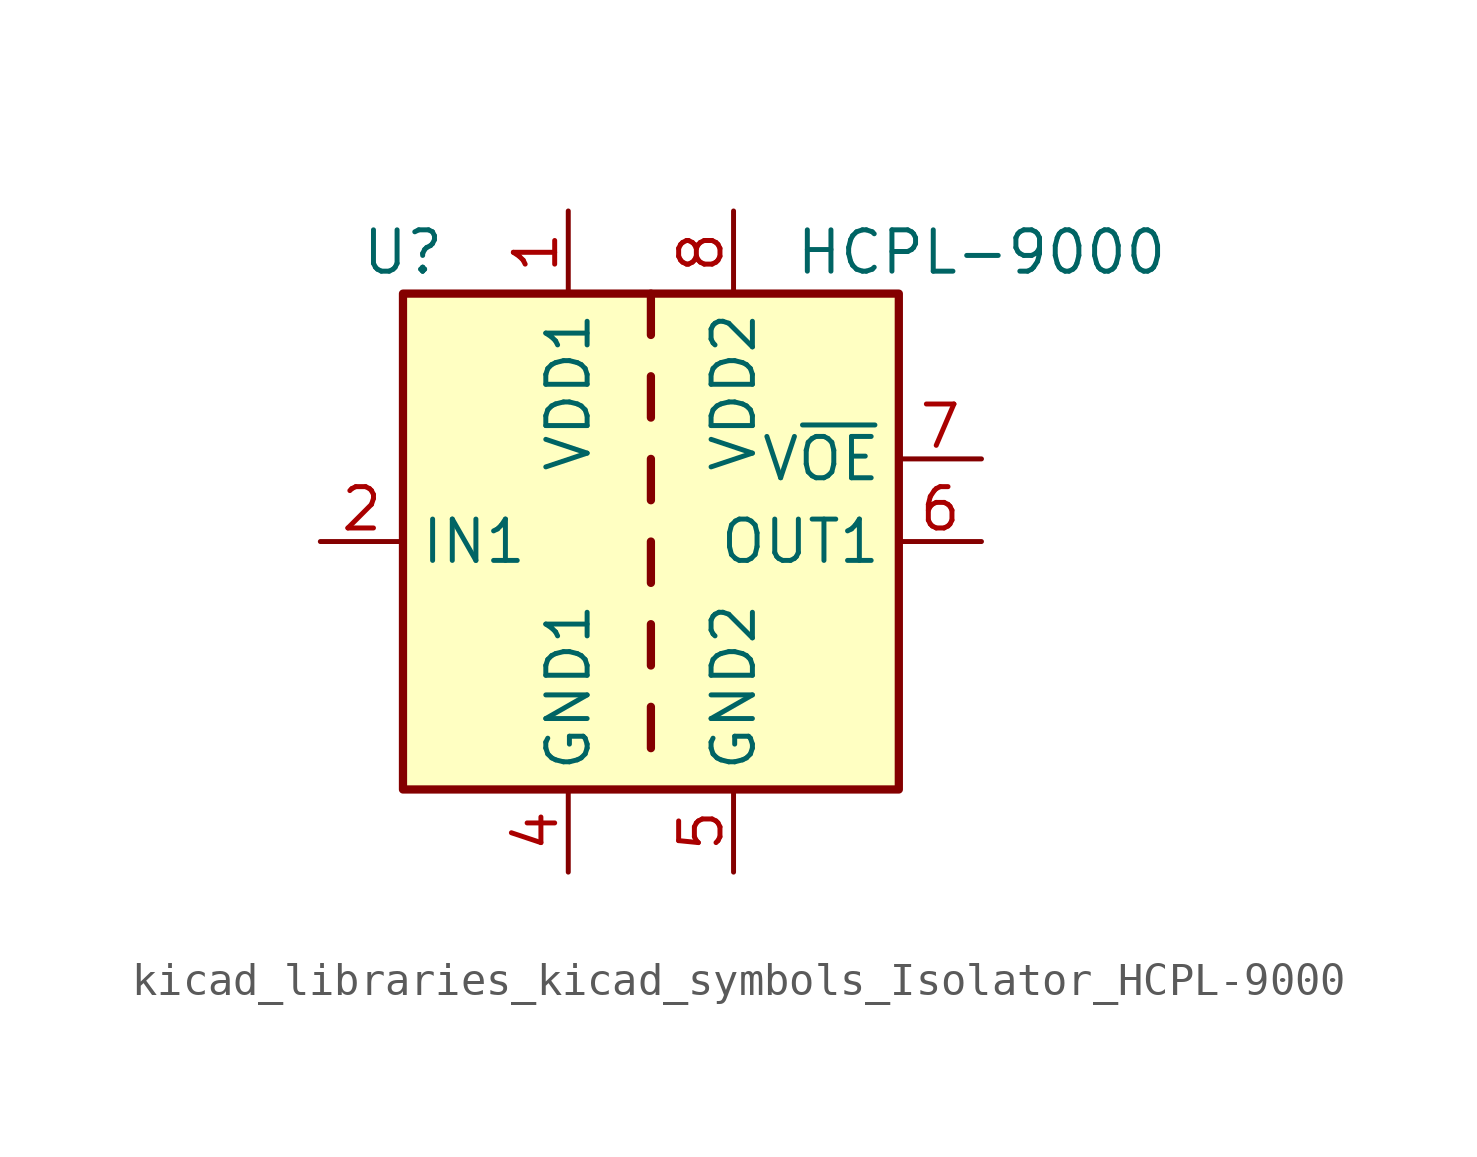
<source format=kicad_sym>
(kicad_symbol_lib
  (version 20220914)
  (generator kicad_symbol_editor)
  (symbol "kicad_libraries_kicad_symbols_Isolator_HCPL-9000"
    (property "Reference" "U"
      (at -7.62 8.89 0)
      (effects (font (size 1.27 1.27))))
    (property "Value" "HCPL-9000"
      (at 10.16 8.89 0)
      (effects (font (size 1.27 1.27))))
    (symbol "kicad_libraries_kicad_symbols_Isolator_HCPL-9000_0_1"
      (rectangle (start -7.62 7.62) (end 7.62 -7.62) (stroke (width 0.254) (type default)) (fill (type background)))
      (polyline (pts (xy 0 -6.35) (xy 0 -5.08)) (stroke (width 0.254) (type default)) (fill (type none)))
      (polyline (pts (xy 0 -3.81) (xy 0 -2.54)) (stroke (width 0.254) (type default)) (fill (type none)))
      (polyline (pts (xy 0 -1.27) (xy 0 0)) (stroke (width 0.254) (type default)) (fill (type none)))
      (polyline (pts (xy 0 1.27) (xy 0 2.54)) (stroke (width 0.254) (type default)) (fill (type none)))
      (polyline (pts (xy 0 3.81) (xy 0 5.08)) (stroke (width 0.254) (type default)) (fill (type none)))
      (polyline (pts (xy 0 6.35) (xy 0 7.62)) (stroke (width 0.254) (type default)) (fill (type none))))
    (symbol "kicad_libraries_kicad_symbols_Isolator_HCPL-9000_1_1"
      (pin power_in line (at -2.54 10.16 270) (length 2.54) (name "VDD1" (effects (font (size 1.27 1.27)))) (number "1" (effects (font (size 1.27 1.27)))))
      (pin input line (at -10.16 0 0) (length 2.54) (name "IN1" (effects (font (size 1.27 1.27)))) (number "2" (effects (font (size 1.27 1.27)))))
      (pin no_connect line (at -7.62 -2.54 0) (length 2.54) hide (name "NC" (effects (font (size 1.27 1.27)))) (number "3" (effects (font (size 1.27 1.27)))))
      (pin power_in line (at -2.54 -10.16 90) (length 2.54) (name "GND1" (effects (font (size 1.27 1.27)))) (number "4" (effects (font (size 1.27 1.27)))))
      (pin power_in line (at 2.54 -10.16 90) (length 2.54) (name "GND2" (effects (font (size 1.27 1.27)))) (number "5" (effects (font (size 1.27 1.27)))))
      (pin output line (at 10.16 0 180) (length 2.54) (name "OUT1" (effects (font (size 1.27 1.27)))) (number "6" (effects (font (size 1.27 1.27)))))
      (pin input line (at 10.16 2.54 180) (length 2.54) (name "V~{OE}" (effects (font (size 1.27 1.27)))) (number "7" (effects (font (size 1.27 1.27)))))
      (pin power_in line (at 2.54 10.16 270) (length 2.54) (name "VDD2" (effects (font (size 1.27 1.27)))) (number "8" (effects (font (size 1.27 1.27))))))))
</source>
